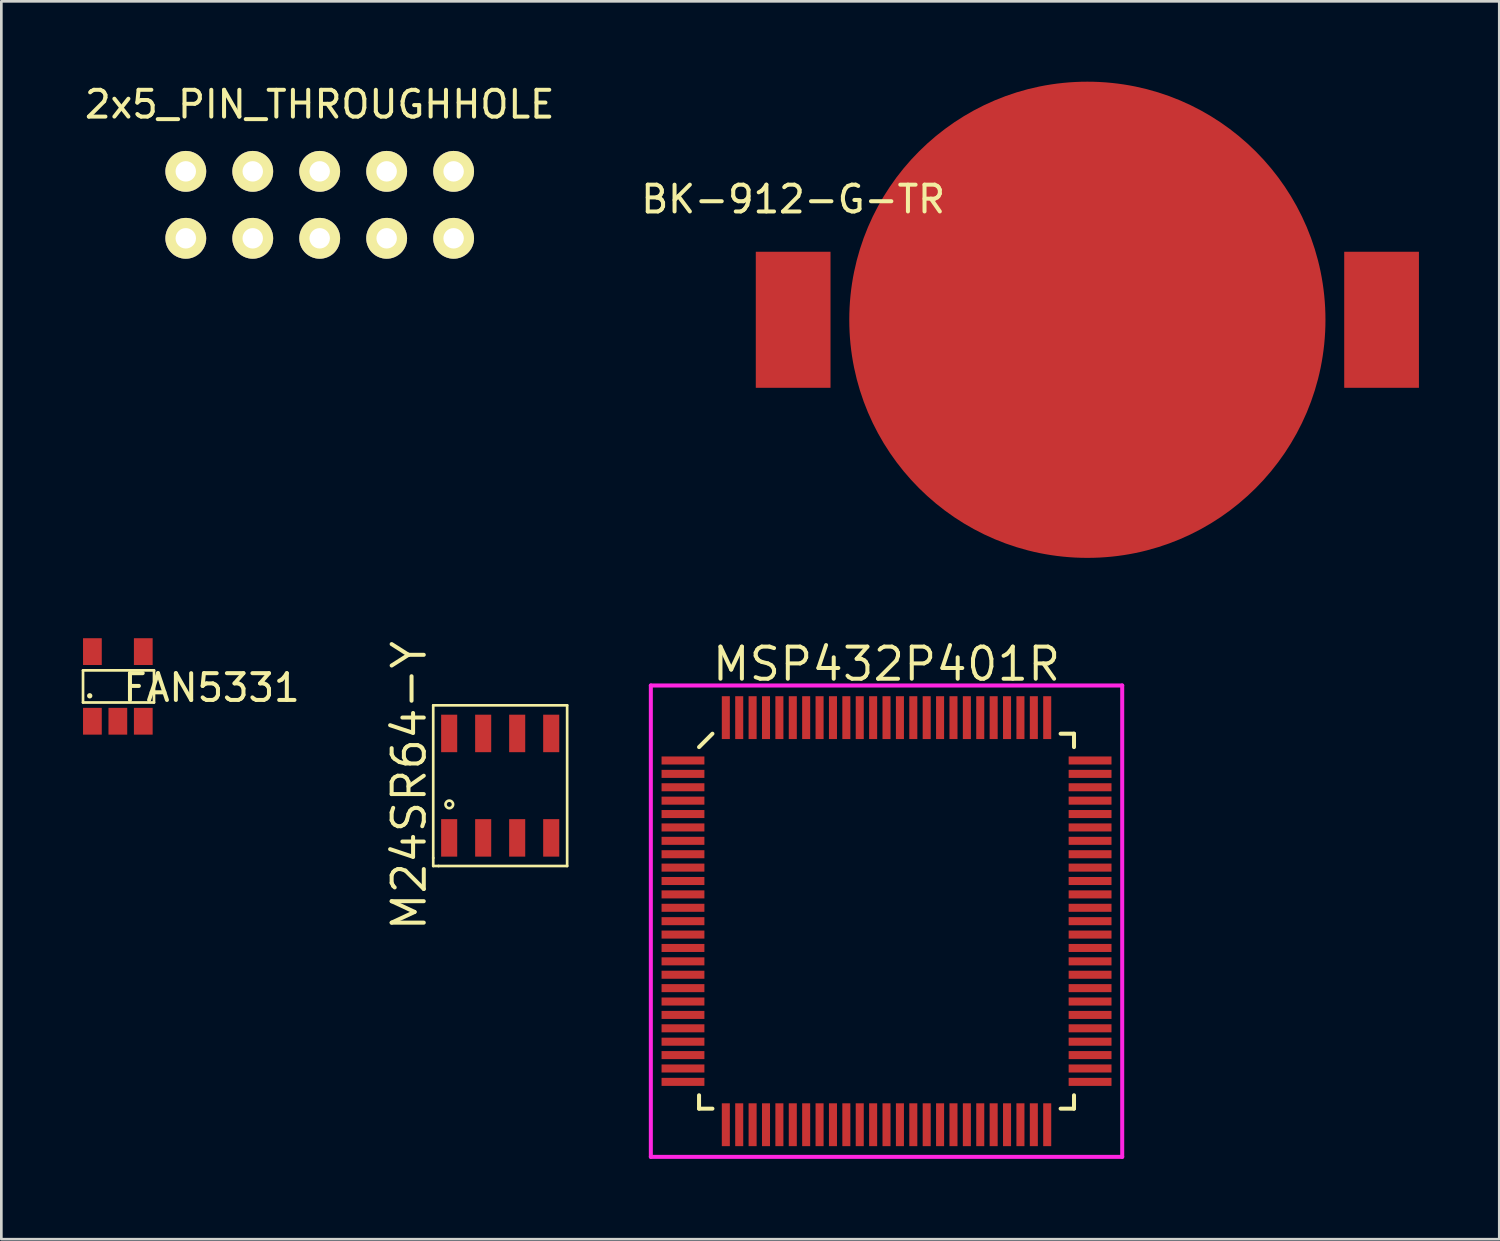
<source format=kicad_pcb>
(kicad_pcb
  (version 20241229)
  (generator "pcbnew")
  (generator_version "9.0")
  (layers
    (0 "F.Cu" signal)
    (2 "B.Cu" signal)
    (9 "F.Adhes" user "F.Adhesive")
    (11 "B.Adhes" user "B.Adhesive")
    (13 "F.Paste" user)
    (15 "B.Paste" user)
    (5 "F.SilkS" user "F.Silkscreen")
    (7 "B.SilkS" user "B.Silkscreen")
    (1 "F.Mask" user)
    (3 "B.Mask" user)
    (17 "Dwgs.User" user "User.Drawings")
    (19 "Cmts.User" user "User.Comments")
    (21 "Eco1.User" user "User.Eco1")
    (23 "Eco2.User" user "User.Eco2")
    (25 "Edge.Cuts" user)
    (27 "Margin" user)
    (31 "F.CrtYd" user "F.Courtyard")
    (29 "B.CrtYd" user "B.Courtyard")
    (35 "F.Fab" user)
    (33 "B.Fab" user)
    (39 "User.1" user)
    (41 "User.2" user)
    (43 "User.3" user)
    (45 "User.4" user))
  (footprint "MSP432P401R"
    (layer "F.Cu")
    (at 30.051 31.345)
    (property "Reference" "MSP432P401R" (at 0 -9.6 0) (layer "F.SilkS") (effects (font (size 1.2 1.2) (thickness 0.15))))
    (attr through_hole)
    (fp_line (start -7 -6.5) (end -6.5 -7) (stroke (width 0.15) (type solid)) (layer "F.SilkS"))
    (fp_line (start -7 7) (end -7 6.5) (stroke (width 0.15) (type solid)) (layer "F.SilkS"))
    (fp_line (start -6.5 7) (end -7 7) (stroke (width 0.15) (type solid)) (layer "F.SilkS"))
    (fp_line (start 6.5 -7) (end 7 -7) (stroke (width 0.15) (type solid)) (layer "F.SilkS"))
    (fp_line (start 6.5 7) (end 7 7) (stroke (width 0.15) (type solid)) (layer "F.SilkS"))
    (fp_line (start 7 -7) (end 7 -6.5) (stroke (width 0.15) (type solid)) (layer "F.SilkS"))
    (fp_line (start 7 7) (end 7 6.5) (stroke (width 0.15) (type solid)) (layer "F.SilkS"))
    (fp_line (start -8.8 -8.8) (end 8.8 -8.8) (stroke (width 0.15) (type solid)) (layer "F.CrtYd"))
    (fp_line (start -8.8 8.8) (end -8.8 -8.8) (stroke (width 0.15) (type solid)) (layer "F.CrtYd"))
    (fp_line (start 8.8 -8.8) (end 8.8 8.8) (stroke (width 0.15) (type solid)) (layer "F.CrtYd"))
    (fp_line (start 8.8 8.8) (end -8.8 8.8) (stroke (width 0.15) (type solid)) (layer "F.CrtYd"))
    (pad "1" smd rect (at -7.6 -6 90) (size 0.3 1.6) (layers "F.Cu" "F.Mask" "F.Paste"))
    (pad "2" smd rect (at -7.6 -5.5 90) (size 0.3 1.6) (layers "F.Cu" "F.Mask" "F.Paste"))
    (pad "3" smd rect (at -7.6 -5 90) (size 0.3 1.6) (layers "F.Cu" "F.Mask" "F.Paste"))
    (pad "4" smd rect (at -7.6 -4.5 90) (size 0.3 1.6) (layers "F.Cu" "F.Mask" "F.Paste"))
    (pad "5" smd rect (at -7.6 -4 90) (size 0.3 1.6) (layers "F.Cu" "F.Mask" "F.Paste"))
    (pad "6" smd rect (at -7.6 -3.5 90) (size 0.3 1.6) (layers "F.Cu" "F.Mask" "F.Paste"))
    (pad "7" smd rect (at -7.6 -3 90) (size 0.3 1.6) (layers "F.Cu" "F.Mask" "F.Paste"))
    (pad "8" smd rect (at -7.6 -2.5 90) (size 0.3 1.6) (layers "F.Cu" "F.Mask" "F.Paste"))
    (pad "9" smd rect (at -7.6 -2 90) (size 0.3 1.6) (layers "F.Cu" "F.Mask" "F.Paste"))
    (pad "10" smd rect (at -7.6 -1.5 90) (size 0.3 1.6) (layers "F.Cu" "F.Mask" "F.Paste"))
    (pad "11" smd rect (at -7.6 -1 90) (size 0.3 1.6) (layers "F.Cu" "F.Mask" "F.Paste"))
    (pad "12" smd rect (at -7.6 -0.5 90) (size 0.3 1.6) (layers "F.Cu" "F.Mask" "F.Paste"))
    (pad "13" smd rect (at -7.6 0 90) (size 0.3 1.6) (layers "F.Cu" "F.Mask" "F.Paste"))
    (pad "14" smd rect (at -7.6 0.5 90) (size 0.3 1.6) (layers "F.Cu" "F.Mask" "F.Paste"))
    (pad "15" smd rect (at -7.6 1 90) (size 0.3 1.6) (layers "F.Cu" "F.Mask" "F.Paste"))
    (pad "16" smd rect (at -7.6 1.5 90) (size 0.3 1.6) (layers "F.Cu" "F.Mask" "F.Paste"))
    (pad "17" smd rect (at -7.6 2 90) (size 0.3 1.6) (layers "F.Cu" "F.Mask" "F.Paste"))
    (pad "18" smd rect (at -7.6 2.5 90) (size 0.3 1.6) (layers "F.Cu" "F.Mask" "F.Paste"))
    (pad "19" smd rect (at -7.6 3 90) (size 0.3 1.6) (layers "F.Cu" "F.Mask" "F.Paste"))
    (pad "20" smd rect (at -7.6 3.5 90) (size 0.3 1.6) (layers "F.Cu" "F.Mask" "F.Paste"))
    (pad "21" smd rect (at -7.6 4 90) (size 0.3 1.6) (layers "F.Cu" "F.Mask" "F.Paste"))
    (pad "22" smd rect (at -7.6 4.5 90) (size 0.3 1.6) (layers "F.Cu" "F.Mask" "F.Paste"))
    (pad "23" smd rect (at -7.6 5 90) (size 0.3 1.6) (layers "F.Cu" "F.Mask" "F.Paste"))
    (pad "24" smd rect (at -7.6 5.5 90) (size 0.3 1.6) (layers "F.Cu" "F.Mask" "F.Paste"))
    (pad "25" smd rect (at -7.6 6 90) (size 0.3 1.6) (layers "F.Cu" "F.Mask" "F.Paste"))
    (pad "26" smd rect (at -6 7.6) (size 0.3 1.6) (layers "F.Cu" "F.Mask" "F.Paste"))
    (pad "27" smd rect (at -5.5 7.6) (size 0.3 1.6) (layers "F.Cu" "F.Mask" "F.Paste"))
    (pad "28" smd rect (at -5 7.6) (size 0.3 1.6) (layers "F.Cu" "F.Mask" "F.Paste"))
    (pad "29" smd rect (at -4.5 7.6) (size 0.3 1.6) (layers "F.Cu" "F.Mask" "F.Paste"))
    (pad "30" smd rect (at -4 7.6) (size 0.3 1.6) (layers "F.Cu" "F.Mask" "F.Paste"))
    (pad "31" smd rect (at -3.5 7.6) (size 0.3 1.6) (layers "F.Cu" "F.Mask" "F.Paste"))
    (pad "32" smd rect (at -3 7.6) (size 0.3 1.6) (layers "F.Cu" "F.Mask" "F.Paste"))
    (pad "33" smd rect (at -2.5 7.6) (size 0.3 1.6) (layers "F.Cu" "F.Mask" "F.Paste"))
    (pad "34" smd rect (at -2 7.6) (size 0.3 1.6) (layers "F.Cu" "F.Mask" "F.Paste"))
    (pad "35" smd rect (at -1.5 7.6) (size 0.3 1.6) (layers "F.Cu" "F.Mask" "F.Paste"))
    (pad "36" smd rect (at -1 7.6) (size 0.3 1.6) (layers "F.Cu" "F.Mask" "F.Paste"))
    (pad "37" smd rect (at -0.5 7.6) (size 0.3 1.6) (layers "F.Cu" "F.Mask" "F.Paste"))
    (pad "38" smd rect (at 0 7.6) (size 0.3 1.6) (layers "F.Cu" "F.Mask" "F.Paste"))
    (pad "39" smd rect (at 0.5 7.6) (size 0.3 1.6) (layers "F.Cu" "F.Mask" "F.Paste"))
    (pad "40" smd rect (at 1 7.6) (size 0.3 1.6) (layers "F.Cu" "F.Mask" "F.Paste"))
    (pad "41" smd rect (at 1.5 7.6) (size 0.3 1.6) (layers "F.Cu" "F.Mask" "F.Paste"))
    (pad "42" smd rect (at 2 7.6) (size 0.3 1.6) (layers "F.Cu" "F.Mask" "F.Paste"))
    (pad "43" smd rect (at 2.5 7.6) (size 0.3 1.6) (layers "F.Cu" "F.Mask" "F.Paste"))
    (pad "44" smd rect (at 3 7.6) (size 0.3 1.6) (layers "F.Cu" "F.Mask" "F.Paste"))
    (pad "45" smd rect (at 3.5 7.6) (size 0.3 1.6) (layers "F.Cu" "F.Mask" "F.Paste"))
    (pad "46" smd rect (at 4 7.6) (size 0.3 1.6) (layers "F.Cu" "F.Mask" "F.Paste"))
    (pad "47" smd rect (at 4.5 7.6) (size 0.3 1.6) (layers "F.Cu" "F.Mask" "F.Paste"))
    (pad "48" smd rect (at 5 7.6) (size 0.3 1.6) (layers "F.Cu" "F.Mask" "F.Paste"))
    (pad "49" smd rect (at 5.5 7.6) (size 0.3 1.6) (layers "F.Cu" "F.Mask" "F.Paste"))
    (pad "50" smd rect (at 6 7.6) (size 0.3 1.6) (layers "F.Cu" "F.Mask" "F.Paste"))
    (pad "51" smd rect (at 7.6 6 90) (size 0.3 1.6) (layers "F.Cu" "F.Mask" "F.Paste"))
    (pad "52" smd rect (at 7.6 5.5 90) (size 0.3 1.6) (layers "F.Cu" "F.Mask" "F.Paste"))
    (pad "53" smd rect (at 7.6 5 90) (size 0.3 1.6) (layers "F.Cu" "F.Mask" "F.Paste"))
    (pad "54" smd rect (at 7.6 4.5 90) (size 0.3 1.6) (layers "F.Cu" "F.Mask" "F.Paste"))
    (pad "55" smd rect (at 7.6 4 90) (size 0.3 1.6) (layers "F.Cu" "F.Mask" "F.Paste"))
    (pad "56" smd rect (at 7.6 3.5 90) (size 0.3 1.6) (layers "F.Cu" "F.Mask" "F.Paste"))
    (pad "57" smd rect (at 7.6 3 90) (size 0.3 1.6) (layers "F.Cu" "F.Mask" "F.Paste"))
    (pad "58" smd rect (at 7.6 2.5 90) (size 0.3 1.6) (layers "F.Cu" "F.Mask" "F.Paste"))
    (pad "59" smd rect (at 7.6 2 90) (size 0.3 1.6) (layers "F.Cu" "F.Mask" "F.Paste"))
    (pad "60" smd rect (at 7.6 1.5 90) (size 0.3 1.6) (layers "F.Cu" "F.Mask" "F.Paste"))
    (pad "61" smd rect (at 7.6 1 90) (size 0.3 1.6) (layers "F.Cu" "F.Mask" "F.Paste"))
    (pad "62" smd rect (at 7.6 0.5 90) (size 0.3 1.6) (layers "F.Cu" "F.Mask" "F.Paste"))
    (pad "63" smd rect (at 7.6 0 90) (size 0.3 1.6) (layers "F.Cu" "F.Mask" "F.Paste"))
    (pad "64" smd rect (at 7.6 -0.5 90) (size 0.3 1.6) (layers "F.Cu" "F.Mask" "F.Paste"))
    (pad "65" smd rect (at 7.6 -1 90) (size 0.3 1.6) (layers "F.Cu" "F.Mask" "F.Paste"))
    (pad "66" smd rect (at 7.6 -1.5 90) (size 0.3 1.6) (layers "F.Cu" "F.Mask" "F.Paste"))
    (pad "67" smd rect (at 7.6 -2 90) (size 0.3 1.6) (layers "F.Cu" "F.Mask" "F.Paste"))
    (pad "68" smd rect (at 7.6 -2.5 90) (size 0.3 1.6) (layers "F.Cu" "F.Mask" "F.Paste"))
    (pad "69" smd rect (at 7.6 -3 90) (size 0.3 1.6) (layers "F.Cu" "F.Mask" "F.Paste"))
    (pad "70" smd rect (at 7.6 -3.5 90) (size 0.3 1.6) (layers "F.Cu" "F.Mask" "F.Paste"))
    (pad "71" smd rect (at 7.6 -4 90) (size 0.3 1.6) (layers "F.Cu" "F.Mask" "F.Paste"))
    (pad "72" smd rect (at 7.6 -4.5 90) (size 0.3 1.6) (layers "F.Cu" "F.Mask" "F.Paste"))
    (pad "73" smd rect (at 7.6 -5 90) (size 0.3 1.6) (layers "F.Cu" "F.Mask" "F.Paste"))
    (pad "74" smd rect (at 7.6 -5.5 90) (size 0.3 1.6) (layers "F.Cu" "F.Mask" "F.Paste"))
    (pad "75" smd rect (at 7.6 -6 90) (size 0.3 1.6) (layers "F.Cu" "F.Mask" "F.Paste"))
    (pad "76" smd rect (at 6 -7.6) (size 0.3 1.6) (layers "F.Cu" "F.Mask" "F.Paste"))
    (pad "77" smd rect (at 5.5 -7.6) (size 0.3 1.6) (layers "F.Cu" "F.Mask" "F.Paste"))
    (pad "78" smd rect (at 5 -7.6) (size 0.3 1.6) (layers "F.Cu" "F.Mask" "F.Paste"))
    (pad "79" smd rect (at 4.5 -7.6) (size 0.3 1.6) (layers "F.Cu" "F.Mask" "F.Paste"))
    (pad "80" smd rect (at 4 -7.6) (size 0.3 1.6) (layers "F.Cu" "F.Mask" "F.Paste"))
    (pad "81" smd rect (at 3.5 -7.6) (size 0.3 1.6) (layers "F.Cu" "F.Mask" "F.Paste"))
    (pad "82" smd rect (at 3 -7.6) (size 0.3 1.6) (layers "F.Cu" "F.Mask" "F.Paste"))
    (pad "83" smd rect (at 2.5 -7.6) (size 0.3 1.6) (layers "F.Cu" "F.Mask" "F.Paste"))
    (pad "84" smd rect (at 2 -7.6) (size 0.3 1.6) (layers "F.Cu" "F.Mask" "F.Paste"))
    (pad "85" smd rect (at 1.5 -7.6) (size 0.3 1.6) (layers "F.Cu" "F.Mask" "F.Paste"))
    (pad "86" smd rect (at 1 -7.6) (size 0.3 1.6) (layers "F.Cu" "F.Mask" "F.Paste"))
    (pad "87" smd rect (at 0.5 -7.6) (size 0.3 1.6) (layers "F.Cu" "F.Mask" "F.Paste"))
    (pad "88" smd rect (at 0 -7.6) (size 0.3 1.6) (layers "F.Cu" "F.Mask" "F.Paste"))
    (pad "89" smd rect (at -0.5 -7.6) (size 0.3 1.6) (layers "F.Cu" "F.Mask" "F.Paste"))
    (pad "90" smd rect (at -1 -7.6) (size 0.3 1.6) (layers "F.Cu" "F.Mask" "F.Paste"))
    (pad "91" smd rect (at -1.5 -7.6) (size 0.3 1.6) (layers "F.Cu" "F.Mask" "F.Paste"))
    (pad "92" smd rect (at -2 -7.6) (size 0.3 1.6) (layers "F.Cu" "F.Mask" "F.Paste"))
    (pad "93" smd rect (at -2.5 -7.6) (size 0.3 1.6) (layers "F.Cu" "F.Mask" "F.Paste"))
    (pad "94" smd rect (at -3 -7.6) (size 0.3 1.6) (layers "F.Cu" "F.Mask" "F.Paste"))
    (pad "95" smd rect (at -3.5 -7.6) (size 0.3 1.6) (layers "F.Cu" "F.Mask" "F.Paste"))
    (pad "96" smd rect (at -4 -7.6) (size 0.3 1.6) (layers "F.Cu" "F.Mask" "F.Paste"))
    (pad "97" smd rect (at -4.5 -7.6) (size 0.3 1.6) (layers "F.Cu" "F.Mask" "F.Paste"))
    (pad "98" smd rect (at -5 -7.6) (size 0.3 1.6) (layers "F.Cu" "F.Mask" "F.Paste"))
    (pad "99" smd rect (at -5.5 -7.6) (size 0.3 1.6) (layers "F.Cu" "F.Mask" "F.Paste"))
    (pad "100" smd rect (at -6 -7.6) (size 0.3 1.6) (layers "F.Cu" "F.Mask" "F.Paste")))
  (footprint "2x5_PIN_THROUGHHOLE"
    (layer "F.Cu")
    (at 3.887 3.348)
    (property "Reference" "2x5_PIN_THROUGHHOLE" (at 5 -2.5 0) (layer "F.SilkS") (effects (font (size 1 1) (thickness 0.15))))
    (attr through_hole)
    (pad "1" thru_hole circle (at 0 2.5) (size 1.524 1.524) (drill 0.762) (layers "*.Cu" "*.Mask" "F.SilkS"))
    (pad "2" thru_hole circle (at 0 0) (size 1.524 1.524) (drill 0.762) (layers "*.Cu" "*.Mask" "F.SilkS"))
    (pad "3" thru_hole circle (at 2.5 2.5) (size 1.524 1.524) (drill 0.762) (layers "*.Cu" "*.Mask" "F.SilkS"))
    (pad "4" thru_hole circle (at 2.5 0) (size 1.524 1.524) (drill 0.762) (layers "*.Cu" "*.Mask" "F.SilkS"))
    (pad "5" thru_hole circle (at 5 2.5) (size 1.524 1.524) (drill 0.762) (layers "*.Cu" "*.Mask" "F.SilkS"))
    (pad "6" thru_hole circle (at 5 0) (size 1.524 1.524) (drill 0.762) (layers "*.Cu" "*.Mask" "F.SilkS"))
    (pad "7" thru_hole circle (at 7.5 2.5) (size 1.524 1.524) (drill 0.762) (layers "*.Cu" "*.Mask" "F.SilkS"))
    (pad "8" thru_hole circle (at 7.5 0) (size 1.524 1.524) (drill 0.762) (layers "*.Cu" "*.Mask" "F.SilkS"))
    (pad "9" thru_hole circle (at 10 2.5) (size 1.524 1.524) (drill 0.762) (layers "*.Cu" "*.Mask" "F.SilkS"))
    (pad "10" thru_hole circle (at 10 0) (size 1.524 1.524) (drill 0.762) (layers "*.Cu" "*.Mask" "F.SilkS")))
  (footprint "FAN5331"
    (layer "F.Cu")
    (at 1.3 22.58)
    (property "Reference" "FAN5331" (at 3.55 0.05 0) (layer "F.SilkS") (effects (font (size 1 1) (thickness 0.15))))
    (attr through_hole)
    (fp_line (start -1.25 -0.6) (end 1.4 -0.6) (stroke (width 0.1) (type solid)) (layer "F.SilkS"))
    (fp_line (start -1.25 0.6) (end -1.25 -0.6) (stroke (width 0.1) (type solid)) (layer "F.SilkS"))
    (fp_line (start 1.4 -0.6) (end 1.4 0.6) (stroke (width 0.1) (type solid)) (layer "F.SilkS"))
    (fp_line (start 1.4 0.6) (end -1.25 0.6) (stroke (width 0.1) (type solid)) (layer "F.SilkS"))
    (fp_circle (center -1 0.35) (end -0.95 0.35) (stroke (width 0.1) (type solid)) (fill no) (layer "F.SilkS"))
    (pad "1" smd rect (at -0.9 1.3) (size 0.7 1) (layers "F.Cu" "F.Mask" "F.Paste"))
    (pad "2" smd rect (at 0.05 1.3) (size 0.7 1) (layers "F.Cu" "F.Mask" "F.Paste"))
    (pad "3" smd rect (at 1 1.3) (size 0.7 1) (layers "F.Cu" "F.Mask" "F.Paste"))
    (pad "4" smd rect (at 1 -1.3) (size 0.7 1) (layers "F.Cu" "F.Mask" "F.Paste"))
    (pad "5" smd rect (at -0.9 -1.3) (size 0.7 1) (layers "F.Cu" "F.Mask" "F.Paste")))
  (footprint "BK-912-G-TR"
    (layer "F.Cu")
    (at 26.565 8.89)
    (property "Reference" "BK-912-G-TR" (at 0 -4.5 0) (layer "F.SilkS") (effects (font (size 1 1) (thickness 0.15))))
    (attr through_hole)
    (pad "1" smd rect (at 0 0) (size 2.79 5.08) (layers "F.Cu" "F.Mask" "F.Paste"))
    (pad "1" smd rect (at 21.97 0) (size 2.79 5.08) (layers "F.Cu" "F.Mask" "F.Paste"))
    (pad "2" smd circle (at 10.985 0) (size 17.78 17.78) (layers "F.Cu" "F.Mask" "F.Paste")))
  (footprint "M24SR64-Y"
    (layer "F.Cu")
    (at 15.626 26.285)
    (property "Reference" "M24SR64-Y" (at -3.4 0 90) (layer "F.SilkS") (effects (font (size 1.2 1.2) (thickness 0.15))))
    (attr through_hole)
    (fp_line (start -2.5 -3) (end -2.5 2.7) (stroke (width 0.1) (type solid)) (layer "F.SilkS"))
    (fp_line (start -2.5 -3) (end 2.5 -3) (stroke (width 0.1) (type solid)) (layer "F.SilkS"))
    (fp_line (start -2.5 2.7) (end -2.5 3) (stroke (width 0.1) (type solid)) (layer "F.SilkS"))
    (fp_line (start -2.5 3) (end -2.3 3) (stroke (width 0.1) (type solid)) (layer "F.SilkS"))
    (fp_line (start 2.5 3) (end -2.3 3) (stroke (width 0.1) (type solid)) (layer "F.SilkS"))
    (fp_line (start 2.5 3) (end 2.5 -3) (stroke (width 0.1) (type solid)) (layer "F.SilkS"))
    (fp_circle (center -1.9 0.7) (end -1.8 0.8) (stroke (width 0.1) (type solid)) (fill no) (layer "F.SilkS"))
    (pad "1" smd rect (at -1.905 1.95) (size 0.6 1.4) (layers "F.Cu" "F.Mask" "F.Paste"))
    (pad "2" smd rect (at -0.635 1.95) (size 0.6 1.4) (layers "F.Cu" "F.Mask" "F.Paste"))
    (pad "3" smd rect (at 0.635 1.95) (size 0.6 1.4) (layers "F.Cu" "F.Mask" "F.Paste"))
    (pad "4" smd rect (at 1.905 1.95) (size 0.6 1.4) (layers "F.Cu" "F.Mask" "F.Paste"))
    (pad "5" smd rect (at 1.905 -1.95) (size 0.6 1.4) (layers "F.Cu" "F.Mask" "F.Paste"))
    (pad "6" smd rect (at 0.635 -1.95) (size 0.6 1.4) (layers "F.Cu" "F.Mask" "F.Paste"))
    (pad "7" smd rect (at -0.635 -1.95) (size 0.6 1.4) (layers "F.Cu" "F.Mask" "F.Paste"))
    (pad "8" smd rect (at -1.905 -1.95) (size 0.6 1.4) (layers "F.Cu" "F.Mask" "F.Paste")))
  (gr_rect
    (start -3 -3)
    (end 52.93 43.22)
    (stroke (width 0.1) (type default))
    (fill no)
    (layer "Edge.Cuts")))
</source>
